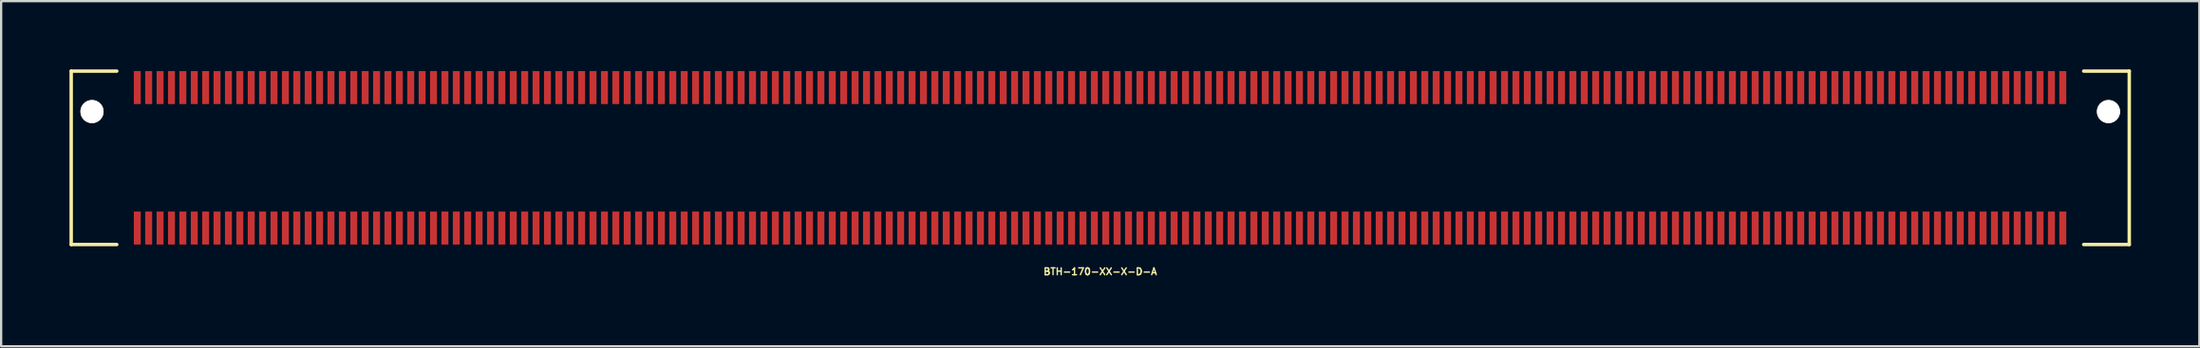
<source format=kicad_pcb>
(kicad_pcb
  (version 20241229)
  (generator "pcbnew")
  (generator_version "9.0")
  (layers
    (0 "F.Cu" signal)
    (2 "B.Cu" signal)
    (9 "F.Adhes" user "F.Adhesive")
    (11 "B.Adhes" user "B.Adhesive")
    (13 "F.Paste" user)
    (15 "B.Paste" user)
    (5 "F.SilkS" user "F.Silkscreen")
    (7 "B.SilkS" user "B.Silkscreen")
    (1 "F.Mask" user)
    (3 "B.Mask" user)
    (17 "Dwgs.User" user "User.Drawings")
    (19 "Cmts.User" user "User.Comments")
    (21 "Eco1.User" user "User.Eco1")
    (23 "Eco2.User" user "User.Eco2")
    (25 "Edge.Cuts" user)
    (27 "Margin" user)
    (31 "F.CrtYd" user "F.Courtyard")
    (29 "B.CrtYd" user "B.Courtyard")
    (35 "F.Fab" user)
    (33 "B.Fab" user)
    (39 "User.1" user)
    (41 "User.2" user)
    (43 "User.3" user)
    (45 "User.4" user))
  (footprint "BTH-170-XX-X-D-A"
    (layer "F.Cu")
    (at 45.233 3.885)
    (property "Reference" "BTH-170-XX-X-D-A" (at 0 5 0) (layer "F.SilkS") (effects (font (size 0.3 0.3) (thickness 0.061))))
    (attr smd)
    (fp_line (start -45.158 -3.81) (end -45.158 3.81) (stroke (width 0.15) (type solid)) (layer "F.SilkS"))
    (fp_line (start -45.158 3.81) (end -43.158 3.81) (stroke (width 0.15) (type solid)) (layer "F.SilkS"))
    (fp_line (start -43.158 -3.81) (end -45.158 -3.81) (stroke (width 0.15) (type solid)) (layer "F.SilkS"))
    (fp_line (start 43.158 -3.81) (end 45.158 -3.81) (stroke (width 0.15) (type solid)) (layer "F.SilkS"))
    (fp_line (start 45.158 -3.81) (end 45.158 3.81) (stroke (width 0.15) (type solid)) (layer "F.SilkS"))
    (fp_line (start 45.158 3.81) (end 43.158 3.81) (stroke (width 0.15) (type solid)) (layer "F.SilkS"))
    (pad "" np_thru_hole circle (at -44.246 -2.032) (size 1.016 1.016) (drill 1.016) (layers "*.Cu" "*.Mask" "F.SilkS"))
    (pad "" np_thru_hole circle (at 44.246 -2.032) (size 1.016 1.016) (drill 1.016) (layers "*.Cu" "*.Mask" "F.SilkS"))
    (pad "1" smd rect (at -42.258 -3.086) (size 0.305 1.448) (layers "F.Cu" "F.Mask" "F.Paste"))
    (pad "2" smd rect (at -42.258 3.086) (size 0.305 1.448) (layers "F.Cu" "F.Mask" "F.Paste"))
    (pad "3" smd rect (at -41.758 -3.086) (size 0.305 1.448) (layers "F.Cu" "F.Mask" "F.Paste"))
    (pad "4" smd rect (at -41.758 3.086) (size 0.305 1.448) (layers "F.Cu" "F.Mask" "F.Paste"))
    (pad "5" smd rect (at -41.258 -3.086) (size 0.305 1.448) (layers "F.Cu" "F.Mask" "F.Paste"))
    (pad "6" smd rect (at -41.258 3.086) (size 0.305 1.448) (layers "F.Cu" "F.Mask" "F.Paste"))
    (pad "7" smd rect (at -40.758 -3.086) (size 0.305 1.448) (layers "F.Cu" "F.Mask" "F.Paste"))
    (pad "8" smd rect (at -40.758 3.086) (size 0.305 1.448) (layers "F.Cu" "F.Mask" "F.Paste"))
    (pad "9" smd rect (at -40.258 -3.086) (size 0.305 1.448) (layers "F.Cu" "F.Mask" "F.Paste"))
    (pad "10" smd rect (at -40.258 3.086) (size 0.305 1.448) (layers "F.Cu" "F.Mask" "F.Paste"))
    (pad "11" smd rect (at -39.758 -3.086) (size 0.305 1.448) (layers "F.Cu" "F.Mask" "F.Paste"))
    (pad "12" smd rect (at -39.758 3.086) (size 0.305 1.448) (layers "F.Cu" "F.Mask" "F.Paste"))
    (pad "13" smd rect (at -39.258 -3.086) (size 0.305 1.448) (layers "F.Cu" "F.Mask" "F.Paste"))
    (pad "14" smd rect (at -39.258 3.086) (size 0.305 1.448) (layers "F.Cu" "F.Mask" "F.Paste"))
    (pad "15" smd rect (at -38.758 -3.086) (size 0.305 1.448) (layers "F.Cu" "F.Mask" "F.Paste"))
    (pad "16" smd rect (at -38.758 3.086) (size 0.305 1.448) (layers "F.Cu" "F.Mask" "F.Paste"))
    (pad "17" smd rect (at -38.258 -3.086) (size 0.305 1.448) (layers "F.Cu" "F.Mask" "F.Paste"))
    (pad "18" smd rect (at -38.258 3.086) (size 0.305 1.448) (layers "F.Cu" "F.Mask" "F.Paste"))
    (pad "19" smd rect (at -37.758 -3.086) (size 0.305 1.448) (layers "F.Cu" "F.Mask" "F.Paste"))
    (pad "20" smd rect (at -37.758 3.086) (size 0.305 1.448) (layers "F.Cu" "F.Mask" "F.Paste"))
    (pad "21" smd rect (at -37.258 -3.086) (size 0.305 1.448) (layers "F.Cu" "F.Mask" "F.Paste"))
    (pad "22" smd rect (at -37.258 3.086) (size 0.305 1.448) (layers "F.Cu" "F.Mask" "F.Paste"))
    (pad "23" smd rect (at -36.758 -3.086) (size 0.305 1.448) (layers "F.Cu" "F.Mask" "F.Paste"))
    (pad "24" smd rect (at -36.758 3.086) (size 0.305 1.448) (layers "F.Cu" "F.Mask" "F.Paste"))
    (pad "25" smd rect (at -36.258 -3.086) (size 0.305 1.448) (layers "F.Cu" "F.Mask" "F.Paste"))
    (pad "26" smd rect (at -36.258 3.086) (size 0.305 1.448) (layers "F.Cu" "F.Mask" "F.Paste"))
    (pad "27" smd rect (at -35.758 -3.086) (size 0.305 1.448) (layers "F.Cu" "F.Mask" "F.Paste"))
    (pad "28" smd rect (at -35.758 3.086) (size 0.305 1.448) (layers "F.Cu" "F.Mask" "F.Paste"))
    (pad "29" smd rect (at -35.258 -3.086) (size 0.305 1.448) (layers "F.Cu" "F.Mask" "F.Paste"))
    (pad "30" smd rect (at -35.258 3.086) (size 0.305 1.448) (layers "F.Cu" "F.Mask" "F.Paste"))
    (pad "31" smd rect (at -34.758 -3.086) (size 0.305 1.448) (layers "F.Cu" "F.Mask" "F.Paste"))
    (pad "32" smd rect (at -34.758 3.086) (size 0.305 1.448) (layers "F.Cu" "F.Mask" "F.Paste"))
    (pad "33" smd rect (at -34.258 -3.086) (size 0.305 1.448) (layers "F.Cu" "F.Mask" "F.Paste"))
    (pad "34" smd rect (at -34.258 3.086) (size 0.305 1.448) (layers "F.Cu" "F.Mask" "F.Paste"))
    (pad "35" smd rect (at -33.758 -3.086) (size 0.305 1.448) (layers "F.Cu" "F.Mask" "F.Paste"))
    (pad "36" smd rect (at -33.758 3.086) (size 0.305 1.448) (layers "F.Cu" "F.Mask" "F.Paste"))
    (pad "37" smd rect (at -33.258 -3.086) (size 0.305 1.448) (layers "F.Cu" "F.Mask" "F.Paste"))
    (pad "38" smd rect (at -33.258 3.086) (size 0.305 1.448) (layers "F.Cu" "F.Mask" "F.Paste"))
    (pad "39" smd rect (at -32.758 -3.086) (size 0.305 1.448) (layers "F.Cu" "F.Mask" "F.Paste"))
    (pad "40" smd rect (at -32.758 3.086) (size 0.305 1.448) (layers "F.Cu" "F.Mask" "F.Paste"))
    (pad "41" smd rect (at -32.258 -3.086) (size 0.305 1.448) (layers "F.Cu" "F.Mask" "F.Paste"))
    (pad "42" smd rect (at -32.258 3.086) (size 0.305 1.448) (layers "F.Cu" "F.Mask" "F.Paste"))
    (pad "43" smd rect (at -31.758 -3.086) (size 0.305 1.448) (layers "F.Cu" "F.Mask" "F.Paste"))
    (pad "44" smd rect (at -31.758 3.086) (size 0.305 1.448) (layers "F.Cu" "F.Mask" "F.Paste"))
    (pad "45" smd rect (at -31.258 -3.086) (size 0.305 1.448) (layers "F.Cu" "F.Mask" "F.Paste"))
    (pad "46" smd rect (at -31.258 3.086) (size 0.305 1.448) (layers "F.Cu" "F.Mask" "F.Paste"))
    (pad "47" smd rect (at -30.758 -3.086) (size 0.305 1.448) (layers "F.Cu" "F.Mask" "F.Paste"))
    (pad "48" smd rect (at -30.758 3.086) (size 0.305 1.448) (layers "F.Cu" "F.Mask" "F.Paste"))
    (pad "49" smd rect (at -30.258 -3.086) (size 0.305 1.448) (layers "F.Cu" "F.Mask" "F.Paste"))
    (pad "50" smd rect (at -30.258 3.086) (size 0.305 1.448) (layers "F.Cu" "F.Mask" "F.Paste"))
    (pad "51" smd rect (at -29.758 -3.086) (size 0.305 1.448) (layers "F.Cu" "F.Mask" "F.Paste"))
    (pad "52" smd rect (at -29.758 3.086) (size 0.305 1.448) (layers "F.Cu" "F.Mask" "F.Paste"))
    (pad "53" smd rect (at -29.258 -3.086) (size 0.305 1.448) (layers "F.Cu" "F.Mask" "F.Paste"))
    (pad "54" smd rect (at -29.258 3.086) (size 0.305 1.448) (layers "F.Cu" "F.Mask" "F.Paste"))
    (pad "55" smd rect (at -28.758 -3.086) (size 0.305 1.448) (layers "F.Cu" "F.Mask" "F.Paste"))
    (pad "56" smd rect (at -28.758 3.086) (size 0.305 1.448) (layers "F.Cu" "F.Mask" "F.Paste"))
    (pad "57" smd rect (at -28.258 -3.086) (size 0.305 1.448) (layers "F.Cu" "F.Mask" "F.Paste"))
    (pad "58" smd rect (at -28.258 3.086) (size 0.305 1.448) (layers "F.Cu" "F.Mask" "F.Paste"))
    (pad "59" smd rect (at -27.758 -3.086) (size 0.305 1.448) (layers "F.Cu" "F.Mask" "F.Paste"))
    (pad "60" smd rect (at -27.758 3.086) (size 0.305 1.448) (layers "F.Cu" "F.Mask" "F.Paste"))
    (pad "61" smd rect (at -27.258 -3.086) (size 0.305 1.448) (layers "F.Cu" "F.Mask" "F.Paste"))
    (pad "62" smd rect (at -27.258 3.086) (size 0.305 1.448) (layers "F.Cu" "F.Mask" "F.Paste"))
    (pad "63" smd rect (at -26.758 -3.086) (size 0.305 1.448) (layers "F.Cu" "F.Mask" "F.Paste"))
    (pad "64" smd rect (at -26.758 3.086) (size 0.305 1.448) (layers "F.Cu" "F.Mask" "F.Paste"))
    (pad "65" smd rect (at -26.258 -3.086) (size 0.305 1.448) (layers "F.Cu" "F.Mask" "F.Paste"))
    (pad "66" smd rect (at -26.258 3.086) (size 0.305 1.448) (layers "F.Cu" "F.Mask" "F.Paste"))
    (pad "67" smd rect (at -25.758 -3.086) (size 0.305 1.448) (layers "F.Cu" "F.Mask" "F.Paste"))
    (pad "68" smd rect (at -25.758 3.086) (size 0.305 1.448) (layers "F.Cu" "F.Mask" "F.Paste"))
    (pad "69" smd rect (at -25.258 -3.086) (size 0.305 1.448) (layers "F.Cu" "F.Mask" "F.Paste"))
    (pad "70" smd rect (at -25.258 3.086) (size 0.305 1.448) (layers "F.Cu" "F.Mask" "F.Paste"))
    (pad "71" smd rect (at -24.758 -3.086) (size 0.305 1.448) (layers "F.Cu" "F.Mask" "F.Paste"))
    (pad "72" smd rect (at -24.758 3.086) (size 0.305 1.448) (layers "F.Cu" "F.Mask" "F.Paste"))
    (pad "73" smd rect (at -24.258 -3.086) (size 0.305 1.448) (layers "F.Cu" "F.Mask" "F.Paste"))
    (pad "74" smd rect (at -24.258 3.086) (size 0.305 1.448) (layers "F.Cu" "F.Mask" "F.Paste"))
    (pad "75" smd rect (at -23.758 -3.086) (size 0.305 1.448) (layers "F.Cu" "F.Mask" "F.Paste"))
    (pad "76" smd rect (at -23.758 3.086) (size 0.305 1.448) (layers "F.Cu" "F.Mask" "F.Paste"))
    (pad "77" smd rect (at -23.258 -3.086) (size 0.305 1.448) (layers "F.Cu" "F.Mask" "F.Paste"))
    (pad "78" smd rect (at -23.258 3.086) (size 0.305 1.448) (layers "F.Cu" "F.Mask" "F.Paste"))
    (pad "79" smd rect (at -22.758 -3.086) (size 0.305 1.448) (layers "F.Cu" "F.Mask" "F.Paste"))
    (pad "80" smd rect (at -22.758 3.086) (size 0.305 1.448) (layers "F.Cu" "F.Mask" "F.Paste"))
    (pad "81" smd rect (at -22.258 -3.086) (size 0.305 1.448) (layers "F.Cu" "F.Mask" "F.Paste"))
    (pad "82" smd rect (at -22.258 3.086) (size 0.305 1.448) (layers "F.Cu" "F.Mask" "F.Paste"))
    (pad "83" smd rect (at -21.758 -3.086) (size 0.305 1.448) (layers "F.Cu" "F.Mask" "F.Paste"))
    (pad "84" smd rect (at -21.758 3.086) (size 0.305 1.448) (layers "F.Cu" "F.Mask" "F.Paste"))
    (pad "85" smd rect (at -21.258 -3.086) (size 0.305 1.448) (layers "F.Cu" "F.Mask" "F.Paste"))
    (pad "86" smd rect (at -21.258 3.086) (size 0.305 1.448) (layers "F.Cu" "F.Mask" "F.Paste"))
    (pad "87" smd rect (at -20.758 -3.086) (size 0.305 1.448) (layers "F.Cu" "F.Mask" "F.Paste"))
    (pad "88" smd rect (at -20.758 3.086) (size 0.305 1.448) (layers "F.Cu" "F.Mask" "F.Paste"))
    (pad "89" smd rect (at -20.258 -3.086) (size 0.305 1.448) (layers "F.Cu" "F.Mask" "F.Paste"))
    (pad "90" smd rect (at -20.258 3.086) (size 0.305 1.448) (layers "F.Cu" "F.Mask" "F.Paste"))
    (pad "91" smd rect (at -19.758 -3.086) (size 0.305 1.448) (layers "F.Cu" "F.Mask" "F.Paste"))
    (pad "92" smd rect (at -19.758 3.086) (size 0.305 1.448) (layers "F.Cu" "F.Mask" "F.Paste"))
    (pad "93" smd rect (at -19.258 -3.086) (size 0.305 1.448) (layers "F.Cu" "F.Mask" "F.Paste"))
    (pad "94" smd rect (at -19.258 3.086) (size 0.305 1.448) (layers "F.Cu" "F.Mask" "F.Paste"))
    (pad "95" smd rect (at -18.758 -3.086) (size 0.305 1.448) (layers "F.Cu" "F.Mask" "F.Paste"))
    (pad "96" smd rect (at -18.758 3.086) (size 0.305 1.448) (layers "F.Cu" "F.Mask" "F.Paste"))
    (pad "97" smd rect (at -18.258 -3.086) (size 0.305 1.448) (layers "F.Cu" "F.Mask" "F.Paste"))
    (pad "98" smd rect (at -18.258 3.086) (size 0.305 1.448) (layers "F.Cu" "F.Mask" "F.Paste"))
    (pad "99" smd rect (at -17.758 -3.086) (size 0.305 1.448) (layers "F.Cu" "F.Mask" "F.Paste"))
    (pad "100" smd rect (at -17.758 3.086) (size 0.305 1.448) (layers "F.Cu" "F.Mask" "F.Paste"))
    (pad "101" smd rect (at -17.258 -3.086) (size 0.305 1.448) (layers "F.Cu" "F.Mask" "F.Paste"))
    (pad "102" smd rect (at -17.258 3.086) (size 0.305 1.448) (layers "F.Cu" "F.Mask" "F.Paste"))
    (pad "103" smd rect (at -16.758 -3.086) (size 0.305 1.448) (layers "F.Cu" "F.Mask" "F.Paste"))
    (pad "104" smd rect (at -16.758 3.086) (size 0.305 1.448) (layers "F.Cu" "F.Mask" "F.Paste"))
    (pad "105" smd rect (at -16.258 -3.086) (size 0.305 1.448) (layers "F.Cu" "F.Mask" "F.Paste"))
    (pad "106" smd rect (at -16.258 3.086) (size 0.305 1.448) (layers "F.Cu" "F.Mask" "F.Paste"))
    (pad "107" smd rect (at -15.758 -3.086) (size 0.305 1.448) (layers "F.Cu" "F.Mask" "F.Paste"))
    (pad "108" smd rect (at -15.758 3.086) (size 0.305 1.448) (layers "F.Cu" "F.Mask" "F.Paste"))
    (pad "109" smd rect (at -15.258 -3.086) (size 0.305 1.448) (layers "F.Cu" "F.Mask" "F.Paste"))
    (pad "110" smd rect (at -15.258 3.086) (size 0.305 1.448) (layers "F.Cu" "F.Mask" "F.Paste"))
    (pad "111" smd rect (at -14.758 -3.086) (size 0.305 1.448) (layers "F.Cu" "F.Mask" "F.Paste"))
    (pad "112" smd rect (at -14.758 3.086) (size 0.305 1.448) (layers "F.Cu" "F.Mask" "F.Paste"))
    (pad "113" smd rect (at -14.258 -3.086) (size 0.305 1.448) (layers "F.Cu" "F.Mask" "F.Paste"))
    (pad "114" smd rect (at -14.258 3.086) (size 0.305 1.448) (layers "F.Cu" "F.Mask" "F.Paste"))
    (pad "115" smd rect (at -13.758 -3.086) (size 0.305 1.448) (layers "F.Cu" "F.Mask" "F.Paste"))
    (pad "116" smd rect (at -13.758 3.086) (size 0.305 1.448) (layers "F.Cu" "F.Mask" "F.Paste"))
    (pad "117" smd rect (at -13.258 -3.086) (size 0.305 1.448) (layers "F.Cu" "F.Mask" "F.Paste"))
    (pad "118" smd rect (at -13.258 3.086) (size 0.305 1.448) (layers "F.Cu" "F.Mask" "F.Paste"))
    (pad "119" smd rect (at -12.758 -3.086) (size 0.305 1.448) (layers "F.Cu" "F.Mask" "F.Paste"))
    (pad "120" smd rect (at -12.758 3.086) (size 0.305 1.448) (layers "F.Cu" "F.Mask" "F.Paste"))
    (pad "121" smd rect (at -12.258 -3.086) (size 0.305 1.448) (layers "F.Cu" "F.Mask" "F.Paste"))
    (pad "122" smd rect (at -12.258 3.086) (size 0.305 1.448) (layers "F.Cu" "F.Mask" "F.Paste"))
    (pad "123" smd rect (at -11.758 -3.086) (size 0.305 1.448) (layers "F.Cu" "F.Mask" "F.Paste"))
    (pad "124" smd rect (at -11.758 3.086) (size 0.305 1.448) (layers "F.Cu" "F.Mask" "F.Paste"))
    (pad "125" smd rect (at -11.258 -3.086) (size 0.305 1.448) (layers "F.Cu" "F.Mask" "F.Paste"))
    (pad "126" smd rect (at -11.258 3.086) (size 0.305 1.448) (layers "F.Cu" "F.Mask" "F.Paste"))
    (pad "127" smd rect (at -10.758 -3.086) (size 0.305 1.448) (layers "F.Cu" "F.Mask" "F.Paste"))
    (pad "128" smd rect (at -10.758 3.086) (size 0.305 1.448) (layers "F.Cu" "F.Mask" "F.Paste"))
    (pad "129" smd rect (at -10.258 -3.086) (size 0.305 1.448) (layers "F.Cu" "F.Mask" "F.Paste"))
    (pad "130" smd rect (at -10.258 3.086) (size 0.305 1.448) (layers "F.Cu" "F.Mask" "F.Paste"))
    (pad "131" smd rect (at -9.758 -3.086) (size 0.305 1.448) (layers "F.Cu" "F.Mask" "F.Paste"))
    (pad "132" smd rect (at -9.758 3.086) (size 0.305 1.448) (layers "F.Cu" "F.Mask" "F.Paste"))
    (pad "133" smd rect (at -9.258 -3.086) (size 0.305 1.448) (layers "F.Cu" "F.Mask" "F.Paste"))
    (pad "134" smd rect (at -9.258 3.086) (size 0.305 1.448) (layers "F.Cu" "F.Mask" "F.Paste"))
    (pad "135" smd rect (at -8.758 -3.086) (size 0.305 1.448) (layers "F.Cu" "F.Mask" "F.Paste"))
    (pad "136" smd rect (at -8.758 3.086) (size 0.305 1.448) (layers "F.Cu" "F.Mask" "F.Paste"))
    (pad "137" smd rect (at -8.258 -3.086) (size 0.305 1.448) (layers "F.Cu" "F.Mask" "F.Paste"))
    (pad "138" smd rect (at -8.258 3.086) (size 0.305 1.448) (layers "F.Cu" "F.Mask" "F.Paste"))
    (pad "139" smd rect (at -7.758 -3.086) (size 0.305 1.448) (layers "F.Cu" "F.Mask" "F.Paste"))
    (pad "140" smd rect (at -7.758 3.086) (size 0.305 1.448) (layers "F.Cu" "F.Mask" "F.Paste"))
    (pad "141" smd rect (at -7.258 -3.086) (size 0.305 1.448) (layers "F.Cu" "F.Mask" "F.Paste"))
    (pad "142" smd rect (at -7.258 3.086) (size 0.305 1.448) (layers "F.Cu" "F.Mask" "F.Paste"))
    (pad "143" smd rect (at -6.758 -3.086) (size 0.305 1.448) (layers "F.Cu" "F.Mask" "F.Paste"))
    (pad "144" smd rect (at -6.758 3.086) (size 0.305 1.448) (layers "F.Cu" "F.Mask" "F.Paste"))
    (pad "145" smd rect (at -6.258 -3.086) (size 0.305 1.448) (layers "F.Cu" "F.Mask" "F.Paste"))
    (pad "146" smd rect (at -6.258 3.086) (size 0.305 1.448) (layers "F.Cu" "F.Mask" "F.Paste"))
    (pad "147" smd rect (at -5.758 -3.086) (size 0.305 1.448) (layers "F.Cu" "F.Mask" "F.Paste"))
    (pad "148" smd rect (at -5.758 3.086) (size 0.305 1.448) (layers "F.Cu" "F.Mask" "F.Paste"))
    (pad "149" smd rect (at -5.258 -3.086) (size 0.305 1.448) (layers "F.Cu" "F.Mask" "F.Paste"))
    (pad "150" smd rect (at -5.258 3.086) (size 0.305 1.448) (layers "F.Cu" "F.Mask" "F.Paste"))
    (pad "151" smd rect (at -4.758 -3.086) (size 0.305 1.448) (layers "F.Cu" "F.Mask" "F.Paste"))
    (pad "152" smd rect (at -4.758 3.086) (size 0.305 1.448) (layers "F.Cu" "F.Mask" "F.Paste"))
    (pad "153" smd rect (at -4.258 -3.086) (size 0.305 1.448) (layers "F.Cu" "F.Mask" "F.Paste"))
    (pad "154" smd rect (at -4.258 3.086) (size 0.305 1.448) (layers "F.Cu" "F.Mask" "F.Paste"))
    (pad "155" smd rect (at -3.758 -3.086) (size 0.305 1.448) (layers "F.Cu" "F.Mask" "F.Paste"))
    (pad "156" smd rect (at -3.758 3.086) (size 0.305 1.448) (layers "F.Cu" "F.Mask" "F.Paste"))
    (pad "157" smd rect (at -3.258 -3.086) (size 0.305 1.448) (layers "F.Cu" "F.Mask" "F.Paste"))
    (pad "158" smd rect (at -3.258 3.086) (size 0.305 1.448) (layers "F.Cu" "F.Mask" "F.Paste"))
    (pad "159" smd rect (at -2.758 -3.086) (size 0.305 1.448) (layers "F.Cu" "F.Mask" "F.Paste"))
    (pad "160" smd rect (at -2.758 3.086) (size 0.305 1.448) (layers "F.Cu" "F.Mask" "F.Paste"))
    (pad "161" smd rect (at -2.258 -3.086) (size 0.305 1.448) (layers "F.Cu" "F.Mask" "F.Paste"))
    (pad "162" smd rect (at -2.258 3.086) (size 0.305 1.448) (layers "F.Cu" "F.Mask" "F.Paste"))
    (pad "163" smd rect (at -1.758 -3.086) (size 0.305 1.448) (layers "F.Cu" "F.Mask" "F.Paste"))
    (pad "164" smd rect (at -1.758 3.086) (size 0.305 1.448) (layers "F.Cu" "F.Mask" "F.Paste"))
    (pad "165" smd rect (at -1.258 -3.086) (size 0.305 1.448) (layers "F.Cu" "F.Mask" "F.Paste"))
    (pad "166" smd rect (at -1.258 3.086) (size 0.305 1.448) (layers "F.Cu" "F.Mask" "F.Paste"))
    (pad "167" smd rect (at -0.758 -3.086) (size 0.305 1.448) (layers "F.Cu" "F.Mask" "F.Paste"))
    (pad "168" smd rect (at -0.758 3.086) (size 0.305 1.448) (layers "F.Cu" "F.Mask" "F.Paste"))
    (pad "169" smd rect (at -0.258 -3.086) (size 0.305 1.448) (layers "F.Cu" "F.Mask" "F.Paste"))
    (pad "170" smd rect (at -0.258 3.086) (size 0.305 1.448) (layers "F.Cu" "F.Mask" "F.Paste"))
    (pad "171" smd rect (at 0.242 -3.086) (size 0.305 1.448) (layers "F.Cu" "F.Mask" "F.Paste"))
    (pad "172" smd rect (at 0.242 3.086) (size 0.305 1.448) (layers "F.Cu" "F.Mask" "F.Paste"))
    (pad "173" smd rect (at 0.742 -3.086) (size 0.305 1.448) (layers "F.Cu" "F.Mask" "F.Paste"))
    (pad "174" smd rect (at 0.742 3.086) (size 0.305 1.448) (layers "F.Cu" "F.Mask" "F.Paste"))
    (pad "175" smd rect (at 1.242 -3.086) (size 0.305 1.448) (layers "F.Cu" "F.Mask" "F.Paste"))
    (pad "176" smd rect (at 1.242 3.086) (size 0.305 1.448) (layers "F.Cu" "F.Mask" "F.Paste"))
    (pad "177" smd rect (at 1.742 -3.086) (size 0.305 1.448) (layers "F.Cu" "F.Mask" "F.Paste"))
    (pad "178" smd rect (at 1.742 3.086) (size 0.305 1.448) (layers "F.Cu" "F.Mask" "F.Paste"))
    (pad "179" smd rect (at 2.242 -3.086) (size 0.305 1.448) (layers "F.Cu" "F.Mask" "F.Paste"))
    (pad "180" smd rect (at 2.242 3.086) (size 0.305 1.448) (layers "F.Cu" "F.Mask" "F.Paste"))
    (pad "181" smd rect (at 2.742 -3.086) (size 0.305 1.448) (layers "F.Cu" "F.Mask" "F.Paste"))
    (pad "182" smd rect (at 2.742 3.086) (size 0.305 1.448) (layers "F.Cu" "F.Mask" "F.Paste"))
    (pad "183" smd rect (at 3.242 -3.086) (size 0.305 1.448) (layers "F.Cu" "F.Mask" "F.Paste"))
    (pad "184" smd rect (at 3.242 3.086) (size 0.305 1.448) (layers "F.Cu" "F.Mask" "F.Paste"))
    (pad "185" smd rect (at 3.742 -3.086) (size 0.305 1.448) (layers "F.Cu" "F.Mask" "F.Paste"))
    (pad "186" smd rect (at 3.742 3.086) (size 0.305 1.448) (layers "F.Cu" "F.Mask" "F.Paste"))
    (pad "187" smd rect (at 4.242 -3.086) (size 0.305 1.448) (layers "F.Cu" "F.Mask" "F.Paste"))
    (pad "188" smd rect (at 4.242 3.086) (size 0.305 1.448) (layers "F.Cu" "F.Mask" "F.Paste"))
    (pad "189" smd rect (at 4.742 -3.086) (size 0.305 1.448) (layers "F.Cu" "F.Mask" "F.Paste"))
    (pad "190" smd rect (at 4.742 3.086) (size 0.305 1.448) (layers "F.Cu" "F.Mask" "F.Paste"))
    (pad "191" smd rect (at 5.242 -3.086) (size 0.305 1.448) (layers "F.Cu" "F.Mask" "F.Paste"))
    (pad "192" smd rect (at 5.242 3.086) (size 0.305 1.448) (layers "F.Cu" "F.Mask" "F.Paste"))
    (pad "193" smd rect (at 5.742 -3.086) (size 0.305 1.448) (layers "F.Cu" "F.Mask" "F.Paste"))
    (pad "194" smd rect (at 5.742 3.086) (size 0.305 1.448) (layers "F.Cu" "F.Mask" "F.Paste"))
    (pad "195" smd rect (at 6.242 -3.086) (size 0.305 1.448) (layers "F.Cu" "F.Mask" "F.Paste"))
    (pad "196" smd rect (at 6.242 3.086) (size 0.305 1.448) (layers "F.Cu" "F.Mask" "F.Paste"))
    (pad "197" smd rect (at 6.742 -3.086) (size 0.305 1.448) (layers "F.Cu" "F.Mask" "F.Paste"))
    (pad "198" smd rect (at 6.742 3.086) (size 0.305 1.448) (layers "F.Cu" "F.Mask" "F.Paste"))
    (pad "199" smd rect (at 7.242 -3.086) (size 0.305 1.448) (layers "F.Cu" "F.Mask" "F.Paste"))
    (pad "200" smd rect (at 7.242 3.086) (size 0.305 1.448) (layers "F.Cu" "F.Mask" "F.Paste"))
    (pad "201" smd rect (at 7.742 -3.086) (size 0.305 1.448) (layers "F.Cu" "F.Mask" "F.Paste"))
    (pad "202" smd rect (at 7.742 3.086) (size 0.305 1.448) (layers "F.Cu" "F.Mask" "F.Paste"))
    (pad "203" smd rect (at 8.242 -3.086) (size 0.305 1.448) (layers "F.Cu" "F.Mask" "F.Paste"))
    (pad "204" smd rect (at 8.242 3.086) (size 0.305 1.448) (layers "F.Cu" "F.Mask" "F.Paste"))
    (pad "205" smd rect (at 8.742 -3.086) (size 0.305 1.448) (layers "F.Cu" "F.Mask" "F.Paste"))
    (pad "206" smd rect (at 8.742 3.086) (size 0.305 1.448) (layers "F.Cu" "F.Mask" "F.Paste"))
    (pad "207" smd rect (at 9.242 -3.086) (size 0.305 1.448) (layers "F.Cu" "F.Mask" "F.Paste"))
    (pad "208" smd rect (at 9.242 3.086) (size 0.305 1.448) (layers "F.Cu" "F.Mask" "F.Paste"))
    (pad "209" smd rect (at 9.742 -3.086) (size 0.305 1.448) (layers "F.Cu" "F.Mask" "F.Paste"))
    (pad "210" smd rect (at 9.742 3.086) (size 0.305 1.448) (layers "F.Cu" "F.Mask" "F.Paste"))
    (pad "211" smd rect (at 10.242 -3.086) (size 0.305 1.448) (layers "F.Cu" "F.Mask" "F.Paste"))
    (pad "212" smd rect (at 10.242 3.086) (size 0.305 1.448) (layers "F.Cu" "F.Mask" "F.Paste"))
    (pad "213" smd rect (at 10.742 -3.086) (size 0.305 1.448) (layers "F.Cu" "F.Mask" "F.Paste"))
    (pad "214" smd rect (at 10.742 3.086) (size 0.305 1.448) (layers "F.Cu" "F.Mask" "F.Paste"))
    (pad "215" smd rect (at 11.242 -3.086) (size 0.305 1.448) (layers "F.Cu" "F.Mask" "F.Paste"))
    (pad "216" smd rect (at 11.242 3.086) (size 0.305 1.448) (layers "F.Cu" "F.Mask" "F.Paste"))
    (pad "217" smd rect (at 11.742 -3.086) (size 0.305 1.448) (layers "F.Cu" "F.Mask" "F.Paste"))
    (pad "218" smd rect (at 11.742 3.086) (size 0.305 1.448) (layers "F.Cu" "F.Mask" "F.Paste"))
    (pad "219" smd rect (at 12.242 -3.086) (size 0.305 1.448) (layers "F.Cu" "F.Mask" "F.Paste"))
    (pad "220" smd rect (at 12.242 3.086) (size 0.305 1.448) (layers "F.Cu" "F.Mask" "F.Paste"))
    (pad "221" smd rect (at 12.742 -3.086) (size 0.305 1.448) (layers "F.Cu" "F.Mask" "F.Paste"))
    (pad "222" smd rect (at 12.742 3.086) (size 0.305 1.448) (layers "F.Cu" "F.Mask" "F.Paste"))
    (pad "223" smd rect (at 13.242 -3.086) (size 0.305 1.448) (layers "F.Cu" "F.Mask" "F.Paste"))
    (pad "224" smd rect (at 13.242 3.086) (size 0.305 1.448) (layers "F.Cu" "F.Mask" "F.Paste"))
    (pad "225" smd rect (at 13.742 -3.086) (size 0.305 1.448) (layers "F.Cu" "F.Mask" "F.Paste"))
    (pad "226" smd rect (at 13.742 3.086) (size 0.305 1.448) (layers "F.Cu" "F.Mask" "F.Paste"))
    (pad "227" smd rect (at 14.242 -3.086) (size 0.305 1.448) (layers "F.Cu" "F.Mask" "F.Paste"))
    (pad "228" smd rect (at 14.242 3.086) (size 0.305 1.448) (layers "F.Cu" "F.Mask" "F.Paste"))
    (pad "229" smd rect (at 14.742 -3.086) (size 0.305 1.448) (layers "F.Cu" "F.Mask" "F.Paste"))
    (pad "230" smd rect (at 14.742 3.086) (size 0.305 1.448) (layers "F.Cu" "F.Mask" "F.Paste"))
    (pad "231" smd rect (at 15.242 -3.086) (size 0.305 1.448) (layers "F.Cu" "F.Mask" "F.Paste"))
    (pad "232" smd rect (at 15.242 3.086) (size 0.305 1.448) (layers "F.Cu" "F.Mask" "F.Paste"))
    (pad "233" smd rect (at 15.742 -3.086) (size 0.305 1.448) (layers "F.Cu" "F.Mask" "F.Paste"))
    (pad "234" smd rect (at 15.742 3.086) (size 0.305 1.448) (layers "F.Cu" "F.Mask" "F.Paste"))
    (pad "235" smd rect (at 16.242 -3.086) (size 0.305 1.448) (layers "F.Cu" "F.Mask" "F.Paste"))
    (pad "236" smd rect (at 16.242 3.086) (size 0.305 1.448) (layers "F.Cu" "F.Mask" "F.Paste"))
    (pad "237" smd rect (at 16.742 -3.086) (size 0.305 1.448) (layers "F.Cu" "F.Mask" "F.Paste"))
    (pad "238" smd rect (at 16.742 3.086) (size 0.305 1.448) (layers "F.Cu" "F.Mask" "F.Paste"))
    (pad "239" smd rect (at 17.242 -3.086) (size 0.305 1.448) (layers "F.Cu" "F.Mask" "F.Paste"))
    (pad "240" smd rect (at 17.242 3.086) (size 0.305 1.448) (layers "F.Cu" "F.Mask" "F.Paste"))
    (pad "241" smd rect (at 17.742 -3.086) (size 0.305 1.448) (layers "F.Cu" "F.Mask" "F.Paste"))
    (pad "242" smd rect (at 17.742 3.086) (size 0.305 1.448) (layers "F.Cu" "F.Mask" "F.Paste"))
    (pad "243" smd rect (at 18.242 -3.086) (size 0.305 1.448) (layers "F.Cu" "F.Mask" "F.Paste"))
    (pad "244" smd rect (at 18.242 3.086) (size 0.305 1.448) (layers "F.Cu" "F.Mask" "F.Paste"))
    (pad "245" smd rect (at 18.742 -3.086) (size 0.305 1.448) (layers "F.Cu" "F.Mask" "F.Paste"))
    (pad "246" smd rect (at 18.742 3.086) (size 0.305 1.448) (layers "F.Cu" "F.Mask" "F.Paste"))
    (pad "247" smd rect (at 19.242 -3.086) (size 0.305 1.448) (layers "F.Cu" "F.Mask" "F.Paste"))
    (pad "248" smd rect (at 19.242 3.086) (size 0.305 1.448) (layers "F.Cu" "F.Mask" "F.Paste"))
    (pad "249" smd rect (at 19.742 -3.086) (size 0.305 1.448) (layers "F.Cu" "F.Mask" "F.Paste"))
    (pad "250" smd rect (at 19.742 3.086) (size 0.305 1.448) (layers "F.Cu" "F.Mask" "F.Paste"))
    (pad "251" smd rect (at 20.242 -3.086) (size 0.305 1.448) (layers "F.Cu" "F.Mask" "F.Paste"))
    (pad "252" smd rect (at 20.242 3.086) (size 0.305 1.448) (layers "F.Cu" "F.Mask" "F.Paste"))
    (pad "253" smd rect (at 20.742 -3.086) (size 0.305 1.448) (layers "F.Cu" "F.Mask" "F.Paste"))
    (pad "254" smd rect (at 20.742 3.086) (size 0.305 1.448) (layers "F.Cu" "F.Mask" "F.Paste"))
    (pad "255" smd rect (at 21.242 -3.086) (size 0.305 1.448) (layers "F.Cu" "F.Mask" "F.Paste"))
    (pad "256" smd rect (at 21.242 3.086) (size 0.305 1.448) (layers "F.Cu" "F.Mask" "F.Paste"))
    (pad "257" smd rect (at 21.742 -3.086) (size 0.305 1.448) (layers "F.Cu" "F.Mask" "F.Paste"))
    (pad "258" smd rect (at 21.742 3.086) (size 0.305 1.448) (layers "F.Cu" "F.Mask" "F.Paste"))
    (pad "259" smd rect (at 22.242 -3.086) (size 0.305 1.448) (layers "F.Cu" "F.Mask" "F.Paste"))
    (pad "260" smd rect (at 22.242 3.086) (size 0.305 1.448) (layers "F.Cu" "F.Mask" "F.Paste"))
    (pad "261" smd rect (at 22.742 -3.086) (size 0.305 1.448) (layers "F.Cu" "F.Mask" "F.Paste"))
    (pad "262" smd rect (at 22.742 3.086) (size 0.305 1.448) (layers "F.Cu" "F.Mask" "F.Paste"))
    (pad "263" smd rect (at 23.242 -3.086) (size 0.305 1.448) (layers "F.Cu" "F.Mask" "F.Paste"))
    (pad "264" smd rect (at 23.242 3.086) (size 0.305 1.448) (layers "F.Cu" "F.Mask" "F.Paste"))
    (pad "265" smd rect (at 23.742 -3.086) (size 0.305 1.448) (layers "F.Cu" "F.Mask" "F.Paste"))
    (pad "266" smd rect (at 23.742 3.086) (size 0.305 1.448) (layers "F.Cu" "F.Mask" "F.Paste"))
    (pad "267" smd rect (at 24.242 -3.086) (size 0.305 1.448) (layers "F.Cu" "F.Mask" "F.Paste"))
    (pad "268" smd rect (at 24.242 3.086) (size 0.305 1.448) (layers "F.Cu" "F.Mask" "F.Paste"))
    (pad "269" smd rect (at 24.742 -3.086) (size 0.305 1.448) (layers "F.Cu" "F.Mask" "F.Paste"))
    (pad "270" smd rect (at 24.742 3.086) (size 0.305 1.448) (layers "F.Cu" "F.Mask" "F.Paste"))
    (pad "271" smd rect (at 25.242 -3.086) (size 0.305 1.448) (layers "F.Cu" "F.Mask" "F.Paste"))
    (pad "272" smd rect (at 25.242 3.086) (size 0.305 1.448) (layers "F.Cu" "F.Mask" "F.Paste"))
    (pad "273" smd rect (at 25.742 -3.086) (size 0.305 1.448) (layers "F.Cu" "F.Mask" "F.Paste"))
    (pad "274" smd rect (at 25.742 3.086) (size 0.305 1.448) (layers "F.Cu" "F.Mask" "F.Paste"))
    (pad "275" smd rect (at 26.242 -3.086) (size 0.305 1.448) (layers "F.Cu" "F.Mask" "F.Paste"))
    (pad "276" smd rect (at 26.242 3.086) (size 0.305 1.448) (layers "F.Cu" "F.Mask" "F.Paste"))
    (pad "277" smd rect (at 26.742 -3.086) (size 0.305 1.448) (layers "F.Cu" "F.Mask" "F.Paste"))
    (pad "278" smd rect (at 26.742 3.086) (size 0.305 1.448) (layers "F.Cu" "F.Mask" "F.Paste"))
    (pad "279" smd rect (at 27.242 -3.086) (size 0.305 1.448) (layers "F.Cu" "F.Mask" "F.Paste"))
    (pad "280" smd rect (at 27.242 3.086) (size 0.305 1.448) (layers "F.Cu" "F.Mask" "F.Paste"))
    (pad "281" smd rect (at 27.742 -3.086) (size 0.305 1.448) (layers "F.Cu" "F.Mask" "F.Paste"))
    (pad "282" smd rect (at 27.742 3.086) (size 0.305 1.448) (layers "F.Cu" "F.Mask" "F.Paste"))
    (pad "283" smd rect (at 28.242 -3.086) (size 0.305 1.448) (layers "F.Cu" "F.Mask" "F.Paste"))
    (pad "284" smd rect (at 28.242 3.086) (size 0.305 1.448) (layers "F.Cu" "F.Mask" "F.Paste"))
    (pad "285" smd rect (at 28.742 -3.086) (size 0.305 1.448) (layers "F.Cu" "F.Mask" "F.Paste"))
    (pad "286" smd rect (at 28.742 3.086) (size 0.305 1.448) (layers "F.Cu" "F.Mask" "F.Paste"))
    (pad "287" smd rect (at 29.242 -3.086) (size 0.305 1.448) (layers "F.Cu" "F.Mask" "F.Paste"))
    (pad "288" smd rect (at 29.242 3.086) (size 0.305 1.448) (layers "F.Cu" "F.Mask" "F.Paste"))
    (pad "289" smd rect (at 29.742 -3.086) (size 0.305 1.448) (layers "F.Cu" "F.Mask" "F.Paste"))
    (pad "290" smd rect (at 29.742 3.086) (size 0.305 1.448) (layers "F.Cu" "F.Mask" "F.Paste"))
    (pad "291" smd rect (at 30.242 -3.086) (size 0.305 1.448) (layers "F.Cu" "F.Mask" "F.Paste"))
    (pad "292" smd rect (at 30.242 3.086) (size 0.305 1.448) (layers "F.Cu" "F.Mask" "F.Paste"))
    (pad "293" smd rect (at 30.742 -3.086) (size 0.305 1.448) (layers "F.Cu" "F.Mask" "F.Paste"))
    (pad "294" smd rect (at 30.742 3.086) (size 0.305 1.448) (layers "F.Cu" "F.Mask" "F.Paste"))
    (pad "295" smd rect (at 31.242 -3.086) (size 0.305 1.448) (layers "F.Cu" "F.Mask" "F.Paste"))
    (pad "296" smd rect (at 31.242 3.086) (size 0.305 1.448) (layers "F.Cu" "F.Mask" "F.Paste"))
    (pad "297" smd rect (at 31.742 -3.086) (size 0.305 1.448) (layers "F.Cu" "F.Mask" "F.Paste"))
    (pad "298" smd rect (at 31.742 3.086) (size 0.305 1.448) (layers "F.Cu" "F.Mask" "F.Paste"))
    (pad "299" smd rect (at 32.242 -3.086) (size 0.305 1.448) (layers "F.Cu" "F.Mask" "F.Paste"))
    (pad "300" smd rect (at 32.242 3.086) (size 0.305 1.448) (layers "F.Cu" "F.Mask" "F.Paste"))
    (pad "301" smd rect (at 32.742 -3.086) (size 0.305 1.448) (layers "F.Cu" "F.Mask" "F.Paste"))
    (pad "302" smd rect (at 32.742 3.086) (size 0.305 1.448) (layers "F.Cu" "F.Mask" "F.Paste"))
    (pad "303" smd rect (at 33.242 -3.086) (size 0.305 1.448) (layers "F.Cu" "F.Mask" "F.Paste"))
    (pad "304" smd rect (at 33.242 3.086) (size 0.305 1.448) (layers "F.Cu" "F.Mask" "F.Paste"))
    (pad "305" smd rect (at 33.742 -3.086) (size 0.305 1.448) (layers "F.Cu" "F.Mask" "F.Paste"))
    (pad "306" smd rect (at 33.742 3.086) (size 0.305 1.448) (layers "F.Cu" "F.Mask" "F.Paste"))
    (pad "307" smd rect (at 34.242 -3.086) (size 0.305 1.448) (layers "F.Cu" "F.Mask" "F.Paste"))
    (pad "308" smd rect (at 34.242 3.086) (size 0.305 1.448) (layers "F.Cu" "F.Mask" "F.Paste"))
    (pad "309" smd rect (at 34.742 -3.086) (size 0.305 1.448) (layers "F.Cu" "F.Mask" "F.Paste"))
    (pad "310" smd rect (at 34.742 3.086) (size 0.305 1.448) (layers "F.Cu" "F.Mask" "F.Paste"))
    (pad "311" smd rect (at 35.242 -3.086) (size 0.305 1.448) (layers "F.Cu" "F.Mask" "F.Paste"))
    (pad "312" smd rect (at 35.242 3.086) (size 0.305 1.448) (layers "F.Cu" "F.Mask" "F.Paste"))
    (pad "313" smd rect (at 35.742 -3.086) (size 0.305 1.448) (layers "F.Cu" "F.Mask" "F.Paste"))
    (pad "314" smd rect (at 35.742 3.086) (size 0.305 1.448) (layers "F.Cu" "F.Mask" "F.Paste"))
    (pad "315" smd rect (at 36.242 -3.086) (size 0.305 1.448) (layers "F.Cu" "F.Mask" "F.Paste"))
    (pad "316" smd rect (at 36.242 3.086) (size 0.305 1.448) (layers "F.Cu" "F.Mask" "F.Paste"))
    (pad "317" smd rect (at 36.742 -3.086) (size 0.305 1.448) (layers "F.Cu" "F.Mask" "F.Paste"))
    (pad "318" smd rect (at 36.742 3.086) (size 0.305 1.448) (layers "F.Cu" "F.Mask" "F.Paste"))
    (pad "319" smd rect (at 37.242 -3.086) (size 0.305 1.448) (layers "F.Cu" "F.Mask" "F.Paste"))
    (pad "320" smd rect (at 37.242 3.086) (size 0.305 1.448) (layers "F.Cu" "F.Mask" "F.Paste"))
    (pad "321" smd rect (at 37.742 -3.086) (size 0.305 1.448) (layers "F.Cu" "F.Mask" "F.Paste"))
    (pad "322" smd rect (at 37.742 3.086) (size 0.305 1.448) (layers "F.Cu" "F.Mask" "F.Paste"))
    (pad "323" smd rect (at 38.242 -3.086) (size 0.305 1.448) (layers "F.Cu" "F.Mask" "F.Paste"))
    (pad "324" smd rect (at 38.242 3.086) (size 0.305 1.448) (layers "F.Cu" "F.Mask" "F.Paste"))
    (pad "325" smd rect (at 38.742 -3.086) (size 0.305 1.448) (layers "F.Cu" "F.Mask" "F.Paste"))
    (pad "326" smd rect (at 38.742 3.086) (size 0.305 1.448) (layers "F.Cu" "F.Mask" "F.Paste"))
    (pad "327" smd rect (at 39.242 -3.086) (size 0.305 1.448) (layers "F.Cu" "F.Mask" "F.Paste"))
    (pad "328" smd rect (at 39.242 3.086) (size 0.305 1.448) (layers "F.Cu" "F.Mask" "F.Paste"))
    (pad "329" smd rect (at 39.742 -3.086) (size 0.305 1.448) (layers "F.Cu" "F.Mask" "F.Paste"))
    (pad "330" smd rect (at 39.742 3.086) (size 0.305 1.448) (layers "F.Cu" "F.Mask" "F.Paste"))
    (pad "331" smd rect (at 40.242 -3.086) (size 0.305 1.448) (layers "F.Cu" "F.Mask" "F.Paste"))
    (pad "332" smd rect (at 40.242 3.086) (size 0.305 1.448) (layers "F.Cu" "F.Mask" "F.Paste"))
    (pad "333" smd rect (at 40.742 -3.086) (size 0.305 1.448) (layers "F.Cu" "F.Mask" "F.Paste"))
    (pad "334" smd rect (at 40.742 3.086) (size 0.305 1.448) (layers "F.Cu" "F.Mask" "F.Paste"))
    (pad "335" smd rect (at 41.242 -3.086) (size 0.305 1.448) (layers "F.Cu" "F.Mask" "F.Paste"))
    (pad "336" smd rect (at 41.242 3.086) (size 0.305 1.448) (layers "F.Cu" "F.Mask" "F.Paste"))
    (pad "337" smd rect (at 41.742 -3.086) (size 0.305 1.448) (layers "F.Cu" "F.Mask" "F.Paste"))
    (pad "338" smd rect (at 41.742 3.086) (size 0.305 1.448) (layers "F.Cu" "F.Mask" "F.Paste"))
    (pad "339" smd rect (at 42.242 -3.086) (size 0.305 1.448) (layers "F.Cu" "F.Mask" "F.Paste"))
    (pad "340" smd rect (at 42.242 3.086) (size 0.305 1.448) (layers "F.Cu" "F.Mask" "F.Paste")))
  (gr_rect
    (start -3 -3)
    (end 93.467 12.167)
    (stroke (width 0.1) (type default))
    (fill no)
    (layer "Edge.Cuts")))
</source>
